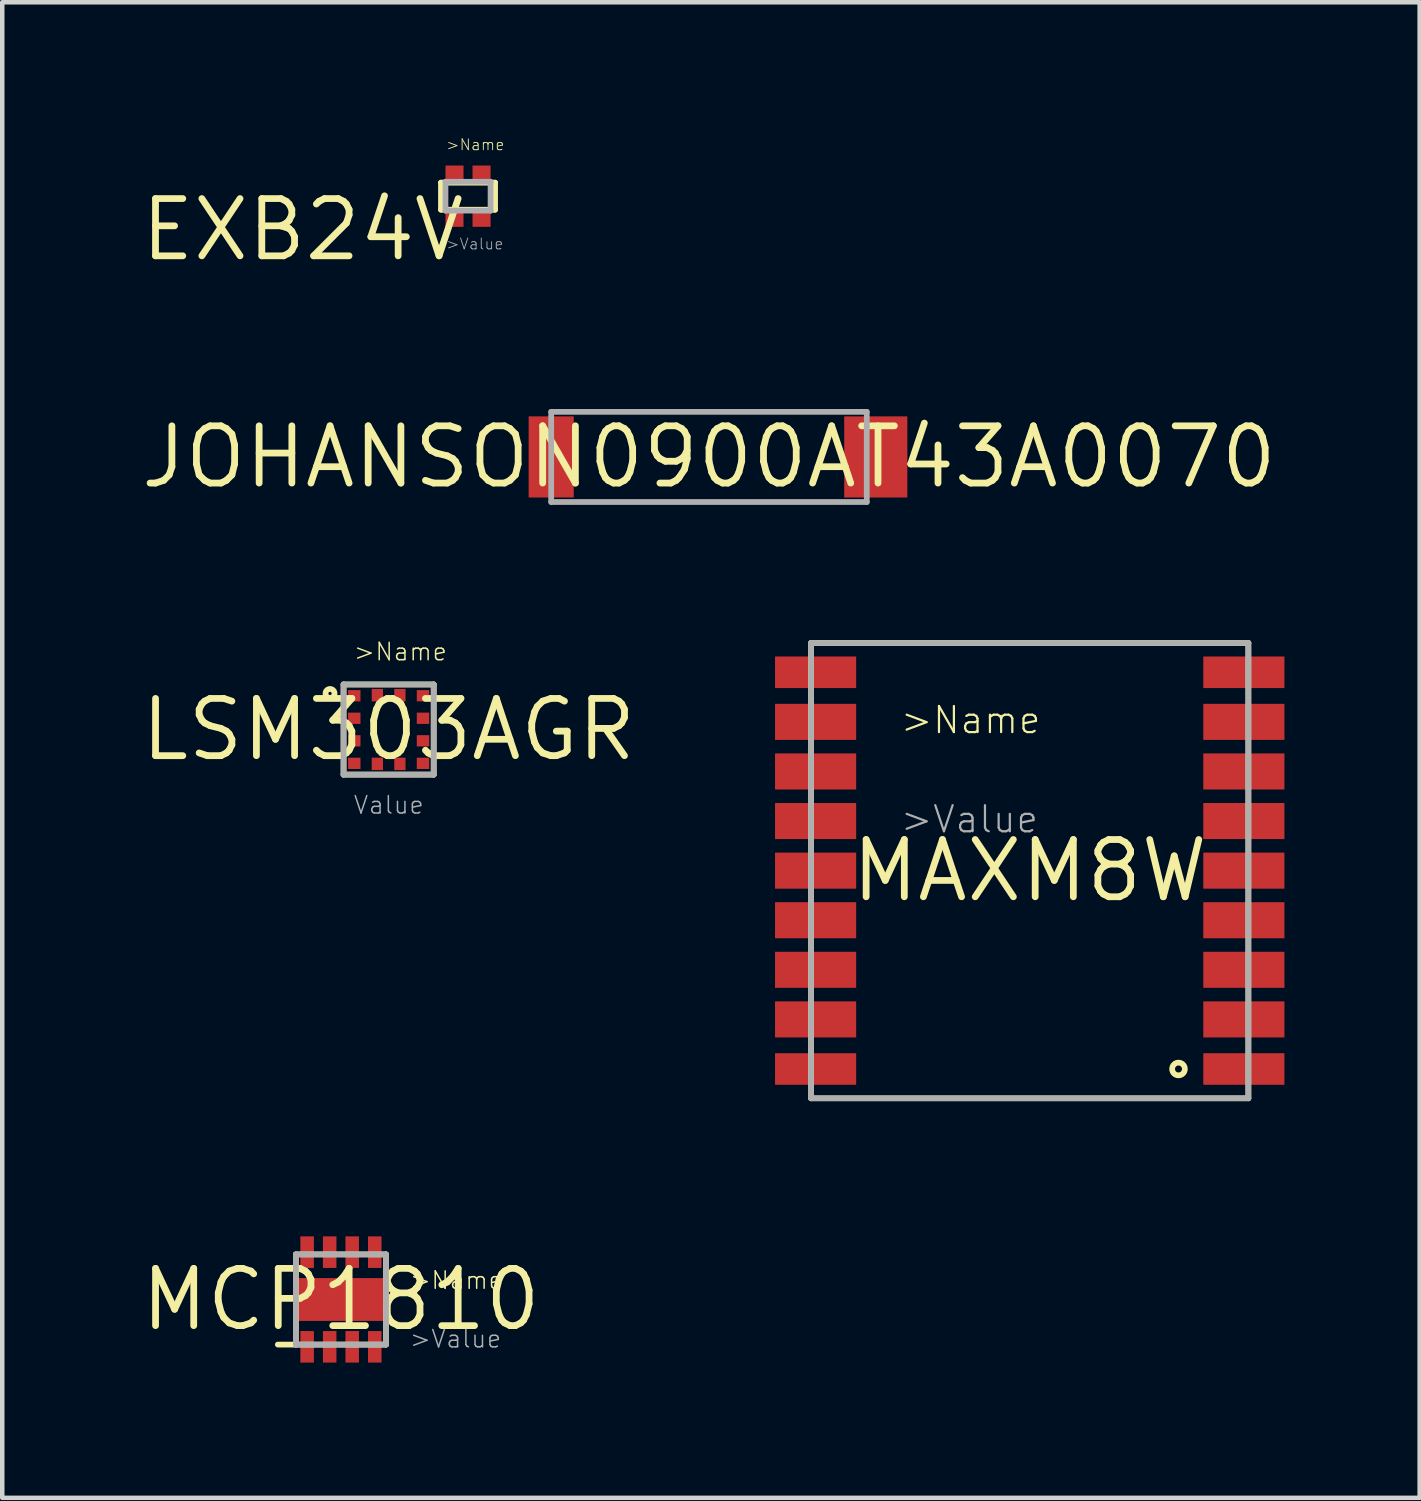
<source format=kicad_pcb>
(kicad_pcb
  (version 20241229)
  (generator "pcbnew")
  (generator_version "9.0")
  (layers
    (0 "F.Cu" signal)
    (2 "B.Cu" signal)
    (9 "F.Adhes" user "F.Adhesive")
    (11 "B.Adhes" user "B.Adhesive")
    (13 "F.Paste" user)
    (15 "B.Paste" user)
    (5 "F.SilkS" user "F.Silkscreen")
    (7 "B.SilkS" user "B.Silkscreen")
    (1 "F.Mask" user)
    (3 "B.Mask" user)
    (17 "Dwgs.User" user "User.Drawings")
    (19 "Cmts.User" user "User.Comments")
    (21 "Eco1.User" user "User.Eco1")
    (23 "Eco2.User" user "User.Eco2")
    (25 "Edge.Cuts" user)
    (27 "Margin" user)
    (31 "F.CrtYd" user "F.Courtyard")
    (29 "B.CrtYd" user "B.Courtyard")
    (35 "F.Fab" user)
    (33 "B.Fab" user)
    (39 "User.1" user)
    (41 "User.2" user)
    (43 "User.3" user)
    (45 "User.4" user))
  (footprint "MAXM8W"
    (layer "F.Cu")
    (at 19.792 16.263)
    (property "Reference" "MAXM8W" (at 0 0 0) (layer "F.SilkS") (effects (font (size 1.27 1.27) (thickness 0.15))))
    (attr through_hole)
    (fp_line (start -4.85 -5.05) (end -4.85 5.05) (stroke (width 0.127) (type solid)) (layer "F.SilkS"))
    (fp_line (start -4.85 5.05) (end 4.85 5.05) (stroke (width 0.127) (type solid)) (layer "F.SilkS"))
    (fp_line (start 4.85 -5.05) (end -4.85 -5.05) (stroke (width 0.127) (type solid)) (layer "F.SilkS"))
    (fp_line (start 4.85 5.05) (end 4.85 -5.05) (stroke (width 0.127) (type solid)) (layer "F.SilkS"))
    (fp_circle (center 3.3 4.4) (end 3.441 4.4) (stroke (width 0.127) (type solid)) (fill no) (layer "F.SilkS"))
    (fp_line (start -4.85 -5.05) (end 4.85 -5.05) (stroke (width 0.127) (type solid)) (layer "F.Fab"))
    (fp_line (start -4.85 5.05) (end -4.85 -5.05) (stroke (width 0.127) (type solid)) (layer "F.Fab"))
    (fp_line (start 4.85 -5.05) (end 4.85 5.05) (stroke (width 0.127) (type solid)) (layer "F.Fab"))
    (fp_line (start 4.85 5.05) (end -4.85 5.05) (stroke (width 0.127) (type solid)) (layer "F.Fab"))
    (fp_text user ">Name" (at -2.9 -3 0) (layer "F.SilkS") (effects (font (size 0.579 0.579) (thickness 0.049)) (justify left bottom)))
    (fp_text user ">Value" (at -2.9 -0.8 0) (layer "F.Fab") (effects (font (size 0.579 0.579) (thickness 0.049)) (justify left bottom)))
    (pad "P$1" smd rect (at 4.75 4.4) (size 1.8 0.7) (layers "F.Cu" "F.Mask" "F.Paste"))
    (pad "P$2" smd rect (at 4.75 3.3) (size 1.8 0.8) (layers "F.Cu" "F.Mask" "F.Paste"))
    (pad "P$3" smd rect (at 4.75 2.2) (size 1.8 0.8) (layers "F.Cu" "F.Mask" "F.Paste"))
    (pad "P$4" smd rect (at 4.75 1.1) (size 1.8 0.8) (layers "F.Cu" "F.Mask" "F.Paste"))
    (pad "P$5" smd rect (at 4.75 0) (size 1.8 0.8) (layers "F.Cu" "F.Mask" "F.Paste"))
    (pad "P$6" smd rect (at 4.75 -1.1) (size 1.8 0.8) (layers "F.Cu" "F.Mask" "F.Paste"))
    (pad "P$7" smd rect (at 4.75 -2.2) (size 1.8 0.8) (layers "F.Cu" "F.Mask" "F.Paste"))
    (pad "P$8" smd rect (at 4.75 -3.3) (size 1.8 0.8) (layers "F.Cu" "F.Mask" "F.Paste"))
    (pad "P$9" smd rect (at 4.75 -4.4) (size 1.8 0.7) (layers "F.Cu" "F.Mask" "F.Paste"))
    (pad "P$10" smd rect (at -4.75 -4.4) (size 1.8 0.7) (layers "F.Cu" "F.Mask" "F.Paste"))
    (pad "P$11" smd rect (at -4.75 -3.3) (size 1.8 0.8) (layers "F.Cu" "F.Mask" "F.Paste"))
    (pad "P$12" smd rect (at -4.75 -2.2) (size 1.8 0.8) (layers "F.Cu" "F.Mask" "F.Paste"))
    (pad "P$13" smd rect (at -4.75 -1.1) (size 1.8 0.8) (layers "F.Cu" "F.Mask" "F.Paste"))
    (pad "P$14" smd rect (at -4.75 0) (size 1.8 0.8) (layers "F.Cu" "F.Mask" "F.Paste"))
    (pad "P$15" smd rect (at -4.75 1.1) (size 1.8 0.8) (layers "F.Cu" "F.Mask" "F.Paste"))
    (pad "P$16" smd rect (at -4.75 2.2) (size 1.8 0.8) (layers "F.Cu" "F.Mask" "F.Paste"))
    (pad "P$17" smd rect (at -4.75 3.3) (size 1.8 0.8) (layers "F.Cu" "F.Mask" "F.Paste"))
    (pad "P$18" smd rect (at -4.75 4.4) (size 1.8 0.7) (layers "F.Cu" "F.Mask" "F.Paste")))
  (footprint "JOHANSON0900AT43A0070"
    (layer "F.Cu")
    (at 12.677 7.086)
    (property "Reference" "JOHANSON0900AT43A0070" (at 0 0 0) (layer "F.SilkS") (effects (font (size 1.27 1.27) (thickness 0.15))))
    (attr through_hole)
    (fp_line (start -3.5 -1) (end 3.5 -1) (stroke (width 0.127) (type solid)) (layer "F.Fab"))
    (fp_line (start -3.5 1) (end -3.5 -1) (stroke (width 0.127) (type solid)) (layer "F.Fab"))
    (fp_line (start 3.5 -1) (end 3.5 1) (stroke (width 0.127) (type solid)) (layer "F.Fab"))
    (fp_line (start 3.5 1) (end -3.5 1) (stroke (width 0.127) (type solid)) (layer "F.Fab"))
    (pad "P$1" smd rect (at -3.5 0) (size 1 1.8) (layers "F.Cu" "F.Mask" "F.Paste"))
    (pad "P$2" smd rect (at 3.7 0) (size 1.4 1.8) (layers "F.Cu" "F.Mask" "F.Paste")))
  (footprint "LSM303AGR"
    (layer "F.Cu")
    (at 5.571 13.133)
    (property "Reference" "LSM303AGR" (at 0 0 0) (layer "F.SilkS") (effects (font (size 1.27 1.27) (thickness 0.15))))
    (attr through_hole)
    (fp_line (start -1 -1) (end 1 -1) (stroke (width 0.127) (type solid)) (layer "F.SilkS"))
    (fp_line (start -1 1) (end -1 -1) (stroke (width 0.127) (type solid)) (layer "F.SilkS"))
    (fp_line (start 1 -1) (end 1 1) (stroke (width 0.127) (type solid)) (layer "F.SilkS"))
    (fp_line (start 1 1) (end -1 1) (stroke (width 0.127) (type solid)) (layer "F.SilkS"))
    (fp_circle (center -1.3 -0.8) (end -1.2 -0.8) (stroke (width 0.127) (type solid)) (fill no) (layer "F.SilkS"))
    (fp_line (start -1 -1) (end 1 -1) (stroke (width 0.127) (type solid)) (layer "F.Fab"))
    (fp_line (start -1 1) (end -1 -1) (stroke (width 0.127) (type solid)) (layer "F.Fab"))
    (fp_line (start 1 -1) (end 1 1) (stroke (width 0.127) (type solid)) (layer "F.Fab"))
    (fp_line (start 1 1) (end -1 1) (stroke (width 0.127) (type solid)) (layer "F.Fab"))
    (fp_text user ">Name" (at -0.8 -1.5 0) (layer "F.SilkS") (effects (font (size 0.386 0.386) (thickness 0.033)) (justify left bottom)))
    (fp_text user "Value " (at -0.8 1.9 0) (layer "F.Fab") (effects (font (size 0.386 0.386) (thickness 0.033)) (justify left bottom)))
    (pad "P$1" smd rect (at -0.762 -0.75) (size 0.275 0.25) (layers "F.Cu" "F.Mask" "F.Paste"))
    (pad "P$2" smd rect (at -0.762 -0.25) (size 0.275 0.25) (layers "F.Cu" "F.Mask" "F.Paste"))
    (pad "P$3" smd rect (at -0.762 0.25) (size 0.275 0.25) (layers "F.Cu" "F.Mask" "F.Paste"))
    (pad "P$4" smd rect (at -0.762 0.75) (size 0.275 0.25) (layers "F.Cu" "F.Mask" "F.Paste"))
    (pad "P$5" smd rect (at -0.25 0.762 90) (size 0.275 0.25) (layers "F.Cu" "F.Mask" "F.Paste"))
    (pad "P$6" smd rect (at 0.25 0.762 90) (size 0.275 0.25) (layers "F.Cu" "F.Mask" "F.Paste"))
    (pad "P$7" smd rect (at 0.762 0.75 180) (size 0.275 0.25) (layers "F.Cu" "F.Mask" "F.Paste"))
    (pad "P$8" smd rect (at 0.762 0.25 180) (size 0.275 0.25) (layers "F.Cu" "F.Mask" "F.Paste"))
    (pad "P$9" smd rect (at 0.762 -0.25 180) (size 0.275 0.25) (layers "F.Cu" "F.Mask" "F.Paste"))
    (pad "P$10" smd rect (at 0.762 -0.75 180) (size 0.275 0.25) (layers "F.Cu" "F.Mask" "F.Paste"))
    (pad "P$11" smd rect (at 0.25 -0.762 270) (size 0.275 0.25) (layers "F.Cu" "F.Mask" "F.Paste"))
    (pad "P$12" smd rect (at -0.25 -0.762 270) (size 0.275 0.25) (layers "F.Cu" "F.Mask" "F.Paste")))
  (footprint "MCP1810"
    (layer "F.Cu")
    (at 4.513 25.776)
    (property "Reference" "MCP1810" (at 0 0 0) (layer "F.SilkS") (effects (font (size 1.27 1.27) (thickness 0.15))))
    (attr through_hole)
    (fp_line (start -1.4 1) (end -1 1) (stroke (width 0.127) (type solid)) (layer "F.SilkS"))
    (fp_line (start -1 -1) (end -1 1) (stroke (width 0.127) (type solid)) (layer "F.SilkS"))
    (fp_line (start -1 1) (end 1 1) (stroke (width 0.127) (type solid)) (layer "F.SilkS"))
    (fp_line (start 1 -1) (end -1 -1) (stroke (width 0.127) (type solid)) (layer "F.SilkS"))
    (fp_line (start 1 1) (end 1 -1) (stroke (width 0.127) (type solid)) (layer "F.SilkS"))
    (fp_line (start -1 -1) (end 1 -1) (stroke (width 0.127) (type solid)) (layer "F.Fab"))
    (fp_line (start -1 1) (end -1 -1) (stroke (width 0.127) (type solid)) (layer "F.Fab"))
    (fp_line (start 1 -1) (end 1 1) (stroke (width 0.127) (type solid)) (layer "F.Fab"))
    (fp_line (start 1 1) (end -1 1) (stroke (width 0.127) (type solid)) (layer "F.Fab"))
    (fp_text user ">Name" (at 1.5 -0.2 0) (layer "F.SilkS") (effects (font (size 0.386 0.386) (thickness 0.033)) (justify left bottom)))
    (fp_text user ">Value" (at 1.5 1.1 0) (layer "F.Fab") (effects (font (size 0.386 0.386) (thickness 0.033)) (justify left bottom)))
    (pad "P$1" smd rect (at -0.75 1.05) (size 0.3 0.7) (layers "F.Cu" "F.Mask" "F.Paste"))
    (pad "P$2" smd rect (at -0.25 1.05) (size 0.3 0.7) (layers "F.Cu" "F.Mask" "F.Paste"))
    (pad "P$3" smd rect (at 0.25 1.05) (size 0.3 0.7) (layers "F.Cu" "F.Mask" "F.Paste"))
    (pad "P$4" smd rect (at 0.75 1.05) (size 0.3 0.7) (layers "F.Cu" "F.Mask" "F.Paste"))
    (pad "P$5" smd rect (at 0.75 -1.05) (size 0.3 0.7) (layers "F.Cu" "F.Mask" "F.Paste"))
    (pad "P$6" smd rect (at 0.25 -1.05) (size 0.3 0.7) (layers "F.Cu" "F.Mask" "F.Paste"))
    (pad "P$7" smd rect (at -0.25 -1.05) (size 0.3 0.7) (layers "F.Cu" "F.Mask" "F.Paste"))
    (pad "P$8" smd rect (at -0.75 -1.05) (size 0.3 0.7) (layers "F.Cu" "F.Mask" "F.Paste"))
    (pad "P$9" smd rect (at 0 0) (size 1.95 0.95) (layers "F.Cu" "F.Mask" "F.Paste")))
  (footprint "EXB24V"
    (layer "F.Cu")
    (at 7.332 1.302)
    (property "Reference" "EXB24V" (at 0 0 0) (layer "F.SilkS") (effects (font (size 1.27 1.27) (thickness 0.15)) (justify right top)))
    (attr through_hole)
    (fp_line (start -0.6 -0.3) (end -0.6 0.3) (stroke (width 0.127) (type solid)) (layer "F.SilkS"))
    (fp_line (start -0.6 0.3) (end 0.6 0.3) (stroke (width 0.127) (type solid)) (layer "F.SilkS"))
    (fp_line (start 0.6 -0.3) (end -0.6 -0.3) (stroke (width 0.127) (type solid)) (layer "F.SilkS"))
    (fp_line (start 0.6 0.3) (end 0.6 -0.3) (stroke (width 0.127) (type solid)) (layer "F.SilkS"))
    (fp_line (start -0.5 -0.32) (end 0.5 -0.32) (stroke (width 0.127) (type solid)) (layer "F.Fab"))
    (fp_line (start -0.5 0.32) (end -0.5 -0.32) (stroke (width 0.127) (type solid)) (layer "F.Fab"))
    (fp_line (start 0.5 -0.32) (end 0.5 0.32) (stroke (width 0.127) (type solid)) (layer "F.Fab"))
    (fp_line (start 0.5 0.32) (end -0.5 0.32) (stroke (width 0.127) (type solid)) (layer "F.Fab"))
    (fp_text user ">Name" (at -0.5 -1 0) (layer "F.SilkS") (effects (font (size 0.241 0.241) (thickness 0.02)) (justify left bottom)))
    (fp_text user ">Value" (at -0.5 1.2 0) (layer "F.Fab") (effects (font (size 0.241 0.241) (thickness 0.02)) (justify left bottom)))
    (pad "P$1" smd rect (at -0.3 -0.5) (size 0.4 0.36) (layers "F.Cu" "F.Mask" "F.Paste"))
    (pad "P$2" smd rect (at 0.3 -0.5) (size 0.4 0.36) (layers "F.Cu" "F.Mask" "F.Paste"))
    (pad "P$3" smd rect (at -0.3 0.5) (size 0.4 0.36) (layers "F.Cu" "F.Mask" "F.Paste"))
    (pad "P$4" smd rect (at 0.3 0.5) (size 0.4 0.36) (layers "F.Cu" "F.Mask" "F.Paste")))
  (gr_rect
    (start -3 -3)
    (end 28.442 30.176)
    (stroke (width 0.1) (type default))
    (fill no)
    (layer "Edge.Cuts")))
</source>
